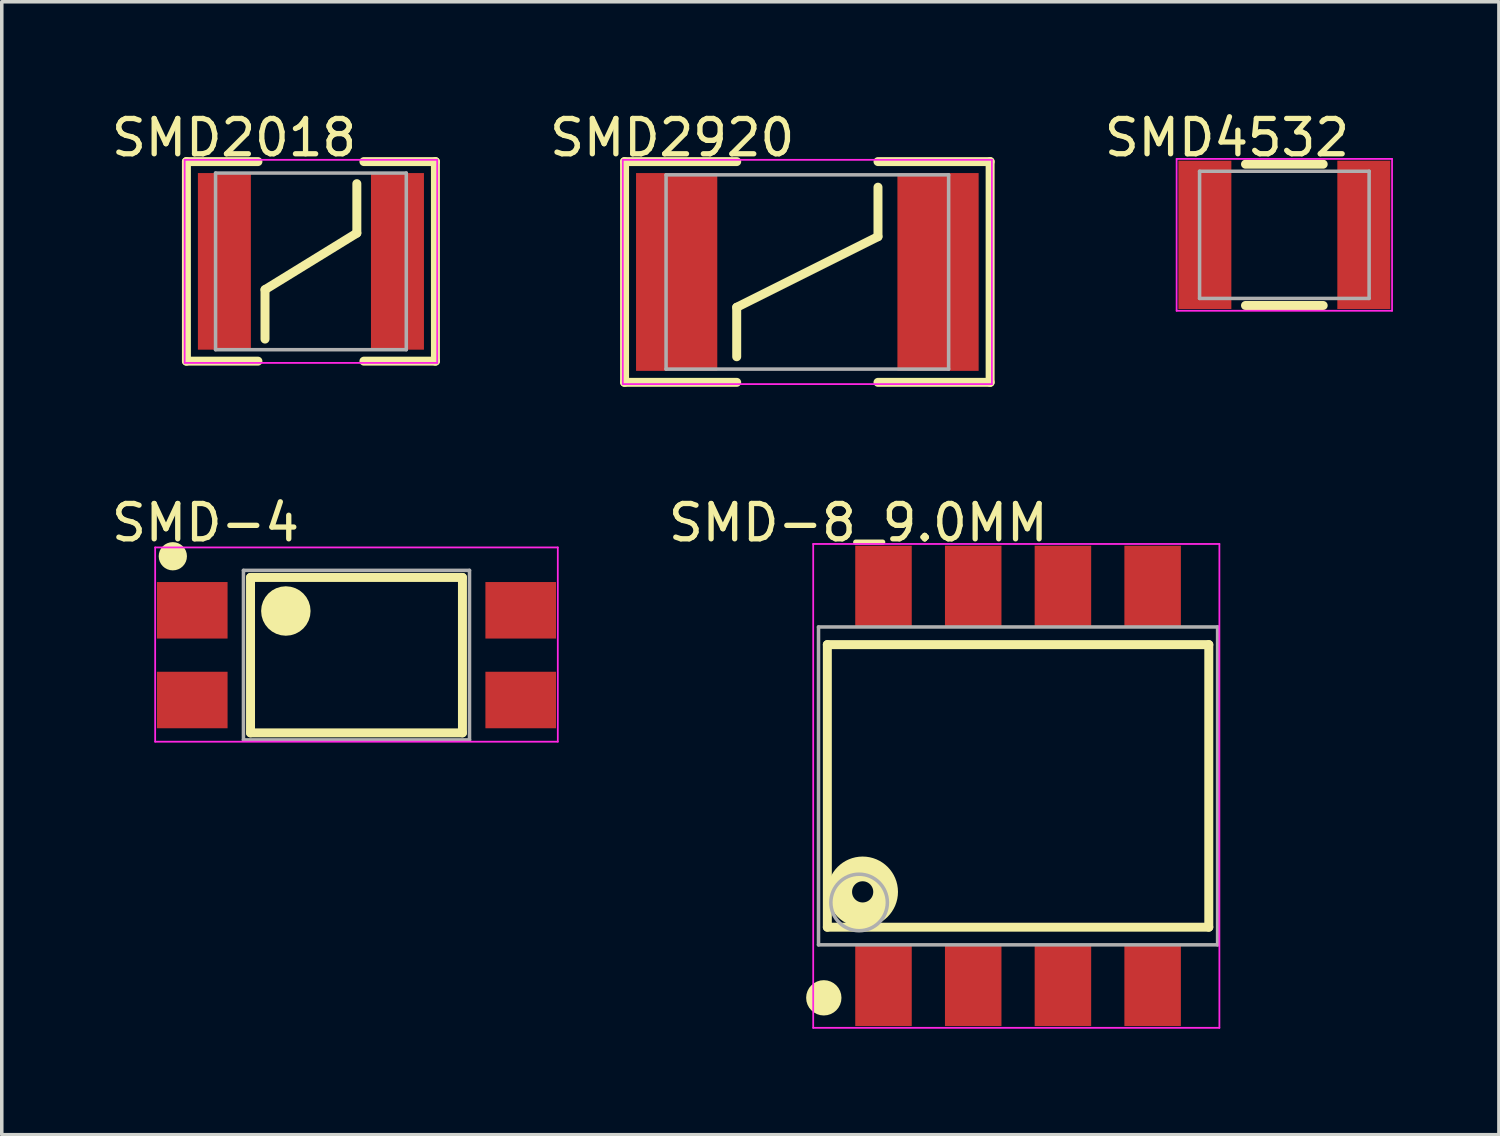
<source format=kicad_pcb>
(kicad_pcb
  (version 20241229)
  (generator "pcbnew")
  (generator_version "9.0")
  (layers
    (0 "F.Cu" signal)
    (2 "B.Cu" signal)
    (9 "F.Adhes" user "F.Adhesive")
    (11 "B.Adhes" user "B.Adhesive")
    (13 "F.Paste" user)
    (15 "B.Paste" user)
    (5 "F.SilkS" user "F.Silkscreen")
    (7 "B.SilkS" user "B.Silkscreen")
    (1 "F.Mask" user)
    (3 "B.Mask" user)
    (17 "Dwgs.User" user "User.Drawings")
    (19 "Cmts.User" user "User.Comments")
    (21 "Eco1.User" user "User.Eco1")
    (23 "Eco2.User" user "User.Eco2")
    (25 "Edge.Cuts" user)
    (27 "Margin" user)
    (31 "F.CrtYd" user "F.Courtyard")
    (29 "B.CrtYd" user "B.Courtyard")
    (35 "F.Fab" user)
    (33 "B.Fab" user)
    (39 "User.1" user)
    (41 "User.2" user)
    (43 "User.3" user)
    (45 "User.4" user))
  (footprint "SMD-4"
    (layer "F.Cu")
    (at 7.043 15.499)
    (property "Reference" "SMD-4" (at -4.275 -3.749 0) (layer "F.SilkS") (effects (font (size 1 1) (thickness 0.15))))
    (attr through_hole)
    (fp_line (start -3 -2.2) (end 3 -2.2) (stroke (width 0.254) (type solid)) (layer "F.SilkS"))
    (fp_line (start -3 2.2) (end -3 -2.2) (stroke (width 0.254) (type solid)) (layer "F.SilkS"))
    (fp_line (start -3 2.2) (end 3 2.2) (stroke (width 0.254) (type solid)) (layer "F.SilkS"))
    (fp_line (start 3 2.2) (end 3 -2.2) (stroke (width 0.254) (type solid)) (layer "F.SilkS"))
    (fp_circle (center -5.2 -2.8) (end -5 -2.8) (stroke (width 0.4) (type solid)) (fill no) (layer "F.SilkS"))
    (fp_circle (center -2 -1.25) (end -1.65 -1.25) (stroke (width 0.7) (type solid)) (fill no) (layer "F.SilkS"))
    (fp_line (start -5.7 -3.05) (end 5.7 -3.05) (stroke (width 0.05) (type solid)) (layer "F.CrtYd"))
    (fp_line (start -5.7 2.45) (end -5.7 -3.05) (stroke (width 0.05) (type solid)) (layer "F.CrtYd"))
    (fp_line (start 5.7 -3.05) (end 5.7 2.45) (stroke (width 0.05) (type solid)) (layer "F.CrtYd"))
    (fp_line (start 5.7 2.45) (end -5.7 2.45) (stroke (width 0.05) (type solid)) (layer "F.CrtYd"))
    (fp_line (start -3.2 -2.4) (end 3.2 -2.4) (stroke (width 0.1) (type solid)) (layer "F.Fab"))
    (fp_line (start -3.2 2.4) (end -3.2 -2.4) (stroke (width 0.1) (type solid)) (layer "F.Fab"))
    (fp_line (start -3.2 2.4) (end 3.2 2.4) (stroke (width 0.1) (type solid)) (layer "F.Fab"))
    (fp_line (start 3.2 2.4) (end 3.2 -2.4) (stroke (width 0.1) (type solid)) (layer "F.Fab"))
    (pad "1" smd rect (at -4.65 -1.27 90) (size 1.6 2) (layers "F.Cu" "F.Mask" "F.Paste"))
    (pad "2" smd rect (at -4.65 1.27 90) (size 1.6 2) (layers "F.Cu" "F.Mask" "F.Paste"))
    (pad "3" smd rect (at 4.65 1.27 90) (size 1.6 2) (layers "F.Cu" "F.Mask" "F.Paste"))
    (pad "4" smd rect (at 4.65 -1.27 90) (size 1.6 2) (layers "F.Cu" "F.Mask" "F.Paste")))
  (footprint "SMD-8_9.0MM"
    (layer "F.Cu")
    (at 25.774 19.201)
    (property "Reference" "SMD-8_9.0MM" (at -4.524 -7.451 0) (layer "F.SilkS") (effects (font (size 1 1) (thickness 0.15))))
    (attr through_hole)
    (fp_line (start -5.4 -4) (end 5.4 -4) (stroke (width 0.254) (type solid)) (layer "F.SilkS"))
    (fp_line (start -5.4 4) (end -5.4 -4) (stroke (width 0.254) (type solid)) (layer "F.SilkS"))
    (fp_line (start -5.4 4) (end 5.4 4) (stroke (width 0.254) (type solid)) (layer "F.SilkS"))
    (fp_line (start 5.4 4) (end 5.4 -4) (stroke (width 0.254) (type solid)) (layer "F.SilkS"))
    (fp_circle (center -5.5 6) (end -5.25 6) (stroke (width 0.5) (type solid)) (fill no) (layer "F.SilkS"))
    (fp_circle (center -4.4 3) (end -4.1 3) (stroke (width 0.7) (type solid)) (fill no) (layer "F.SilkS"))
    (fp_line (start -5.8 -6.85) (end 5.7 -6.85) (stroke (width 0.05) (type solid)) (layer "F.CrtYd"))
    (fp_line (start -5.8 6.85) (end -5.8 -6.85) (stroke (width 0.05) (type solid)) (layer "F.CrtYd"))
    (fp_line (start 5.7 -6.85) (end 5.7 6.85) (stroke (width 0.05) (type solid)) (layer "F.CrtYd"))
    (fp_line (start 5.7 6.85) (end -5.8 6.85) (stroke (width 0.05) (type solid)) (layer "F.CrtYd"))
    (fp_line (start -5.65 -4.5) (end 5.65 -4.5) (stroke (width 0.1) (type solid)) (layer "F.Fab"))
    (fp_line (start -5.65 4.5) (end -5.65 -4.5) (stroke (width 0.1) (type solid)) (layer "F.Fab"))
    (fp_line (start -5.65 4.5) (end 5.65 4.5) (stroke (width 0.1) (type solid)) (layer "F.Fab"))
    (fp_line (start 5.65 4.5) (end 5.65 -4.5) (stroke (width 0.1) (type solid)) (layer "F.Fab"))
    (fp_circle (center -4.5 3.3) (end -3.7 3.3) (stroke (width 0.1) (type solid)) (fill no) (layer "F.Fab"))
    (pad "1" smd rect (at -3.81 5.65 180) (size 1.6 2.3) (layers "F.Cu" "F.Mask" "F.Paste"))
    (pad "2" smd rect (at -1.27 5.65 180) (size 1.6 2.3) (layers "F.Cu" "F.Mask" "F.Paste"))
    (pad "3" smd rect (at 1.27 5.65 180) (size 1.6 2.3) (layers "F.Cu" "F.Mask" "F.Paste"))
    (pad "4" smd rect (at 3.81 5.65 180) (size 1.6 2.3) (layers "F.Cu" "F.Mask" "F.Paste"))
    (pad "5" smd rect (at 3.81 -5.65) (size 1.6 2.3) (layers "F.Cu" "F.Mask" "F.Paste"))
    (pad "6" smd rect (at 1.27 -5.65) (size 1.6 2.3) (layers "F.Cu" "F.Mask" "F.Paste"))
    (pad "7" smd rect (at -1.27 -5.65) (size 1.6 2.3) (layers "F.Cu" "F.Mask" "F.Paste"))
    (pad "8" smd rect (at -3.81 -5.65) (size 1.6 2.3) (layers "F.Cu" "F.Mask" "F.Paste")))
  (footprint "SMD2018"
    (layer "F.Cu")
    (at 5.753 4.35)
    (property "Reference" "SMD2018" (at -2.176 -3.501 0) (layer "F.SilkS") (effects (font (size 1 1) (thickness 0.15))))
    (attr through_hole)
    (fp_line (start -3.525 -2.825) (end -1.5 -2.825) (stroke (width 0.254) (type solid)) (layer "F.SilkS"))
    (fp_line (start -3.525 2.825) (end -3.525 -2.825) (stroke (width 0.254) (type solid)) (layer "F.SilkS"))
    (fp_line (start -3.525 2.825) (end -1.5 2.825) (stroke (width 0.254) (type solid)) (layer "F.SilkS"))
    (fp_line (start -1.3 0.8) (end 1.3 -0.8) (stroke (width 0.254) (type solid)) (layer "F.SilkS"))
    (fp_line (start -1.3 2.2) (end -1.3 0.8) (stroke (width 0.254) (type solid)) (layer "F.SilkS"))
    (fp_line (start 1.3 -0.8) (end 1.3 -2.2) (stroke (width 0.254) (type solid)) (layer "F.SilkS"))
    (fp_line (start 1.5 -2.825) (end 3.525 -2.825) (stroke (width 0.254) (type solid)) (layer "F.SilkS"))
    (fp_line (start 1.5 2.825) (end 3.525 2.825) (stroke (width 0.254) (type solid)) (layer "F.SilkS"))
    (fp_line (start 3.525 2.825) (end 3.525 -2.825) (stroke (width 0.254) (type solid)) (layer "F.SilkS"))
    (fp_line (start -3.575 -2.875) (end 3.575 -2.875) (stroke (width 0.05) (type solid)) (layer "F.CrtYd"))
    (fp_line (start -3.575 2.875) (end -3.575 -2.875) (stroke (width 0.05) (type solid)) (layer "F.CrtYd"))
    (fp_line (start 3.575 -2.875) (end 3.575 2.875) (stroke (width 0.05) (type solid)) (layer "F.CrtYd"))
    (fp_line (start 3.575 2.875) (end -3.575 2.875) (stroke (width 0.05) (type solid)) (layer "F.CrtYd"))
    (fp_line (start -2.7 -2.5) (end 2.7 -2.5) (stroke (width 0.1) (type solid)) (layer "F.Fab"))
    (fp_line (start -2.7 2.5) (end -2.7 -2.5) (stroke (width 0.1) (type solid)) (layer "F.Fab"))
    (fp_line (start -2.7 2.5) (end 2.7 2.5) (stroke (width 0.1) (type solid)) (layer "F.Fab"))
    (fp_line (start 2.7 2.5) (end 2.7 -2.5) (stroke (width 0.1) (type solid)) (layer "F.Fab"))
    (pad "1" smd rect (at -2.45 0) (size 1.5 5) (layers "F.Cu" "F.Mask" "F.Paste"))
    (pad "2" smd rect (at 2.45 0) (size 1.5 5) (layers "F.Cu" "F.Mask" "F.Paste")))
  (footprint "SMD2920"
    (layer "F.Cu")
    (at 19.808 4.65)
    (property "Reference" "SMD2920" (at -3.826 -3.801 0) (layer "F.SilkS") (effects (font (size 1 1) (thickness 0.15))))
    (attr through_hole)
    (fp_line (start -5.175 -3.125) (end -2 -3.125) (stroke (width 0.254) (type solid)) (layer "F.SilkS"))
    (fp_line (start -5.175 3.125) (end -5.175 -3.125) (stroke (width 0.254) (type solid)) (layer "F.SilkS"))
    (fp_line (start -5.175 3.125) (end -2 3.125) (stroke (width 0.254) (type solid)) (layer "F.SilkS"))
    (fp_line (start -2 1) (end 2 -1) (stroke (width 0.254) (type solid)) (layer "F.SilkS"))
    (fp_line (start -2 2.4) (end -2 1) (stroke (width 0.254) (type solid)) (layer "F.SilkS"))
    (fp_line (start 2 -3.125) (end 5.175 -3.125) (stroke (width 0.254) (type solid)) (layer "F.SilkS"))
    (fp_line (start 2 -1) (end 2 -2.4) (stroke (width 0.254) (type solid)) (layer "F.SilkS"))
    (fp_line (start 2 3.125) (end 5.175 3.125) (stroke (width 0.254) (type solid)) (layer "F.SilkS"))
    (fp_line (start 5.175 3.125) (end 5.175 -3.125) (stroke (width 0.254) (type solid)) (layer "F.SilkS"))
    (fp_line (start -5.225 -3.175) (end 5.225 -3.175) (stroke (width 0.05) (type solid)) (layer "F.CrtYd"))
    (fp_line (start -5.225 3.175) (end -5.225 -3.175) (stroke (width 0.05) (type solid)) (layer "F.CrtYd"))
    (fp_line (start 5.225 -3.175) (end 5.225 3.175) (stroke (width 0.05) (type solid)) (layer "F.CrtYd"))
    (fp_line (start 5.225 3.175) (end -5.225 3.175) (stroke (width 0.05) (type solid)) (layer "F.CrtYd"))
    (fp_line (start -4 -2.75) (end 4 -2.75) (stroke (width 0.1) (type solid)) (layer "F.Fab"))
    (fp_line (start -4 2.75) (end -4 -2.75) (stroke (width 0.1) (type solid)) (layer "F.Fab"))
    (fp_line (start -4 2.75) (end 4 2.75) (stroke (width 0.1) (type solid)) (layer "F.Fab"))
    (fp_line (start 4 2.75) (end 4 -2.75) (stroke (width 0.1) (type solid)) (layer "F.Fab"))
    (pad "1" smd rect (at -3.7 0) (size 2.3 5.6) (layers "F.Cu" "F.Mask" "F.Paste"))
    (pad "2" smd rect (at 3.7 0) (size 2.3 5.6) (layers "F.Cu" "F.Mask" "F.Paste")))
  (footprint "SMD4532"
    (layer "F.Cu")
    (at 33.313 3.599)
    (property "Reference" "SMD4532" (at -1.625 -2.751 0) (layer "F.SilkS") (effects (font (size 1 1) (thickness 0.15))))
    (attr through_hole)
    (fp_line (start -1.1 -2) (end 1.1 -2) (stroke (width 0.254) (type solid)) (layer "F.SilkS"))
    (fp_line (start -1.1 2) (end 1.1 2) (stroke (width 0.254) (type solid)) (layer "F.SilkS"))
    (fp_line (start -3.05 -2.15) (end 3.05 -2.15) (stroke (width 0.05) (type solid)) (layer "F.CrtYd"))
    (fp_line (start -3.05 2.15) (end -3.05 -2.15) (stroke (width 0.05) (type solid)) (layer "F.CrtYd"))
    (fp_line (start 3.05 -2.15) (end 3.05 2.15) (stroke (width 0.05) (type solid)) (layer "F.CrtYd"))
    (fp_line (start 3.05 2.15) (end -3.05 2.15) (stroke (width 0.05) (type solid)) (layer "F.CrtYd"))
    (fp_line (start -2.4 -1.8) (end 2.4 -1.8) (stroke (width 0.1) (type solid)) (layer "F.Fab"))
    (fp_line (start -2.4 1.8) (end -2.4 -1.8) (stroke (width 0.1) (type solid)) (layer "F.Fab"))
    (fp_line (start -2.4 1.8) (end 2.4 1.8) (stroke (width 0.1) (type solid)) (layer "F.Fab"))
    (fp_line (start 2.4 1.8) (end 2.4 -1.8) (stroke (width 0.1) (type solid)) (layer "F.Fab"))
    (pad "1" smd rect (at -2.25 0) (size 1.5 4.2) (layers "F.Cu" "F.Mask" "F.Paste"))
    (pad "2" smd rect (at 2.25 0) (size 1.5 4.2) (layers "F.Cu" "F.Mask" "F.Paste")))
  (gr_rect
    (start -3 -3)
    (end 39.388 29.076)
    (stroke (width 0.1) (type default))
    (fill no)
    (layer "Edge.Cuts")))
</source>
